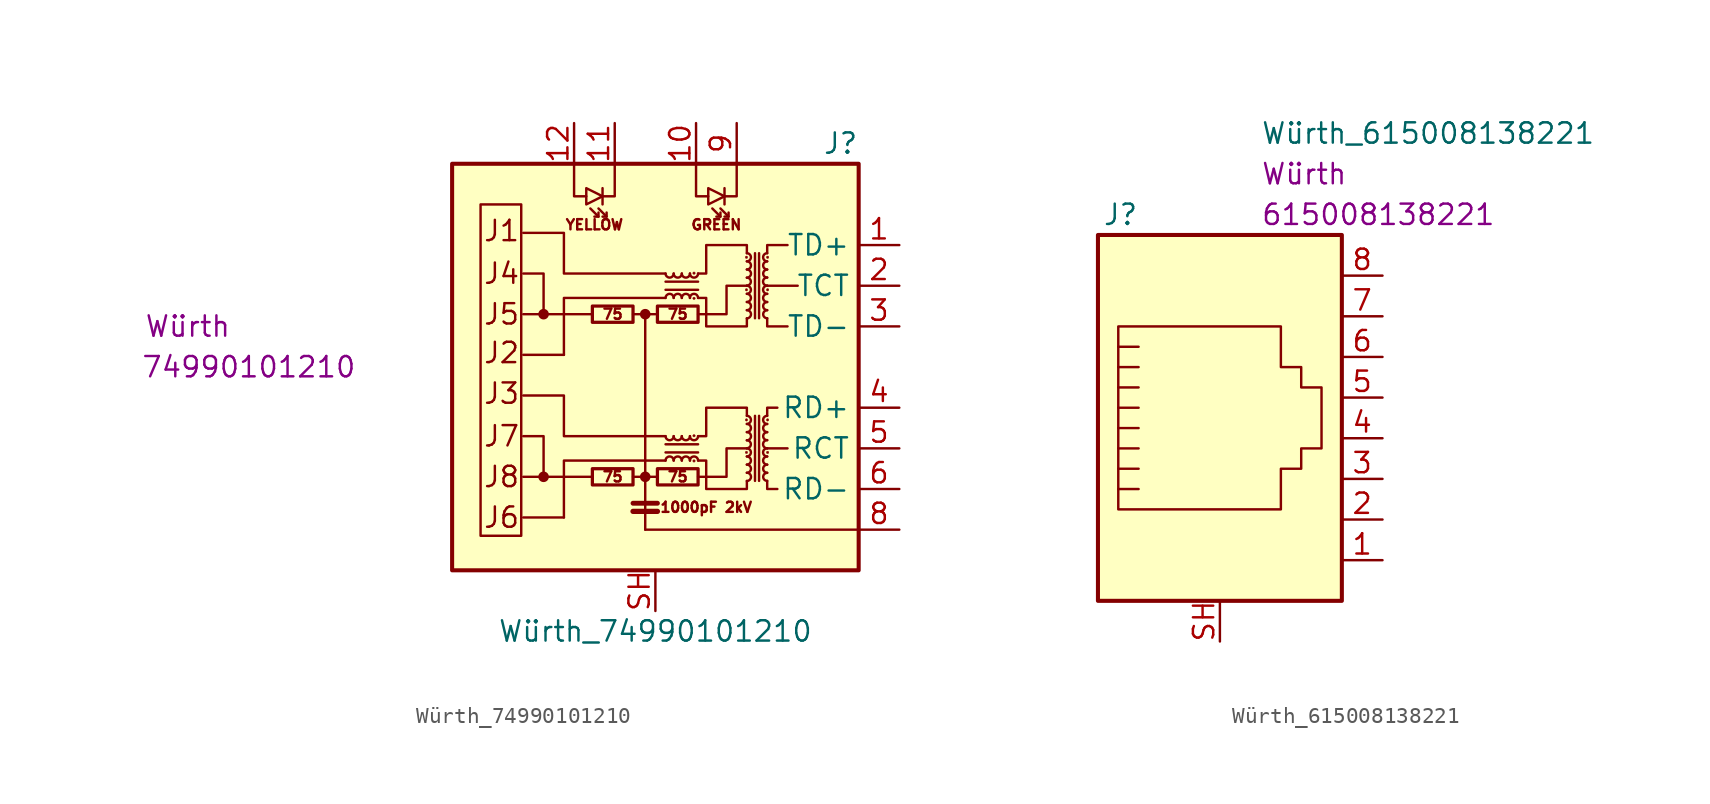
<source format=kicad_sym>
(kicad_symbol_lib
  (version 20211014)
  (generator kicad_symbol_editor)
  (symbol "Würth_74990101210"
    (property "Reference" "J"
      (at 12.7 13.97 0)
      (effects (font (size 1.27 1.27)) (justify right)))
    (property "Value" "Würth_74990101210"
      (at 0 -16.51 0)
      (effects (font (size 1.27 1.27))))
    (property "Manufacturer" "Würth"
      (at -29.21 2.54 0)
      (effects (font (size 1.27 1.27))))
    (property "Manufacturer Part Number" "74990101210"
      (at -25.4 0 0)
      (effects (font (size 1.27 1.27))))
    (symbol "Würth_74990101210_0_0"
      (rectangle (start -12.7 12.7) (end 12.7 -12.7) (stroke (width 0.254) (type default) (color 0 0 0 0)) (fill (type background)))
      (polyline (pts (xy -3.937 -6.858) (xy -8.255 -6.858)) (stroke (width 0) (type default) (color 0 0 0 0)) (fill (type none)))
      (polyline (pts (xy -3.937 3.302) (xy -8.255 3.302)) (stroke (width 0) (type default) (color 0 0 0 0)) (fill (type none)))
      (polyline (pts (xy -0.635 -10.16) (xy 12.7 -10.16)) (stroke (width 0) (type default) (color 0 0 0 0)) (fill (type none)))
      (polyline (pts (xy 8.255 -5.08) (xy 6.985 -5.08)) (stroke (width 0) (type default) (color 0 0 0 0)) (fill (type none)))
      (polyline (pts (xy 8.89 5.08) (xy 6.985 5.08)) (stroke (width 0) (type default) (color 0 0 0 0)) (fill (type none)))
      (polyline (pts (xy 0.635 -4.318) (xy -5.715 -4.318) (xy -5.715 -1.778) (xy -8.255 -1.778)) (stroke (width 0) (type default) (color 0 0 0 0)) (fill (type none)))
      (polyline (pts (xy 0.635 5.842) (xy -5.715 5.842) (xy -5.715 8.382) (xy -8.255 8.382)) (stroke (width 0) (type default) (color 0 0 0 0)) (fill (type none)))
      (polyline (pts (xy 2.667 -6.858) (xy 4.445 -6.858) (xy 4.445 -5.08) (xy 5.715 -5.08)) (stroke (width 0) (type default) (color 0 0 0 0)) (fill (type none)))
      (polyline (pts (xy 2.667 3.302) (xy 4.445 3.302) (xy 4.445 5.08) (xy 5.715 5.08)) (stroke (width 0) (type default) (color 0 0 0 0)) (fill (type none)))
      (text "1000pF 2kV" (at 3.175 -8.763 0) (effects (font (size 0.635 0.635))))
      (text "75" (at -2.667 -6.858 0) (effects (font (size 0.635 0.635))))
      (text "75" (at -2.667 3.302 0) (effects (font (size 0.635 0.635))))
      (text "75" (at 1.397 -6.858 0) (effects (font (size 0.635 0.635))))
      (text "75" (at 1.397 3.302 0) (effects (font (size 0.635 0.635))))
      (text "GREEN" (at 3.81 8.89 0) (effects (font (size 0.635 0.635))))
      (text "J1" (at -10.795 8.509 0) (effects (font (size 1.27 1.27)) (justify left)))
      (text "J2" (at -10.795 0.889 0) (effects (font (size 1.27 1.27)) (justify left)))
      (text "J3" (at -10.795 -1.651 0) (effects (font (size 1.27 1.27)) (justify left)))
      (text "J4" (at -10.795 5.842 0) (effects (font (size 1.27 1.27)) (justify left)))
      (text "J5" (at -10.795 3.302 0) (effects (font (size 1.27 1.27)) (justify left)))
      (text "J6" (at -10.795 -9.398 0) (effects (font (size 1.27 1.27)) (justify left)))
      (text "J7" (at -10.795 -4.318 0) (effects (font (size 1.27 1.27)) (justify left)))
      (text "J8" (at -10.795 -6.858 0) (effects (font (size 1.27 1.27)) (justify left)))
      (text "YELLOW" (at -3.81 8.89 0) (effects (font (size 0.635 0.635)))))
    (symbol "Würth_74990101210_0_1"
      (rectangle (start -8.382 -10.541) (end -10.922 10.16) (stroke (width 0) (type default) (color 0 0 0 0)) (fill (type none)))
      (circle (center -6.985 -6.858) (radius 0.254) (stroke (width 0) (type default) (color 0 0 0 0)) (fill (type outline)))
      (circle (center -6.985 3.302) (radius 0.254) (stroke (width 0) (type default) (color 0 0 0 0)) (fill (type outline)))
      (rectangle (start -3.937 -7.366) (end -1.397 -6.35) (stroke (width 0.203) (type default) (color 0 0 0 0)) (fill (type none)))
      (rectangle (start -3.937 2.794) (end -1.397 3.81) (stroke (width 0.203) (type default) (color 0 0 0 0)) (fill (type none)))
      (circle (center -0.635 -6.858) (radius 0.254) (stroke (width 0) (type default) (color 0 0 0 0)) (fill (type outline)))
      (circle (center -0.635 3.302) (radius 0.254) (stroke (width 0) (type default) (color 0 0 0 0)) (fill (type outline)))
      (polyline (pts (xy -5.715 -9.398) (xy -8.255 -9.398)) (stroke (width 0) (type default) (color 0 0 0 0)) (fill (type none)))
      (polyline (pts (xy -5.715 0.762) (xy -8.255 0.762)) (stroke (width 0) (type default) (color 0 0 0 0)) (fill (type none)))
      (polyline (pts (xy -3.556 9.398) (xy -4.064 9.906)) (stroke (width 0) (type default) (color 0 0 0 0)) (fill (type none)))
      (polyline (pts (xy -3.302 11.176) (xy -3.302 10.16)) (stroke (width 0) (type default) (color 0 0 0 0)) (fill (type none)))
      (polyline (pts (xy -3.048 9.398) (xy -3.556 9.906)) (stroke (width 0) (type default) (color 0 0 0 0)) (fill (type none)))
      (polyline (pts (xy -1.397 -9.017) (xy 0.127 -9.017)) (stroke (width 0.33) (type default) (color 0 0 0 0)) (fill (type none)))
      (polyline (pts (xy -1.397 -8.509) (xy 0.127 -8.509)) (stroke (width 0.305) (type default) (color 0 0 0 0)) (fill (type none)))
      (polyline (pts (xy -0.635 3.302) (xy -1.397 3.302)) (stroke (width 0) (type default) (color 0 0 0 0)) (fill (type none)))
      (polyline (pts (xy 0.127 -6.858) (xy -1.397 -6.858)) (stroke (width 0) (type default) (color 0 0 0 0)) (fill (type none)))
      (polyline (pts (xy 0.635 -5.334) (xy 2.667 -5.334)) (stroke (width 0) (type default) (color 0 0 0 0)) (fill (type none)))
      (polyline (pts (xy 0.635 4.826) (xy 2.667 4.826)) (stroke (width 0) (type default) (color 0 0 0 0)) (fill (type none)))
      (polyline (pts (xy 2.667 -4.826) (xy 0.635 -4.826)) (stroke (width 0) (type default) (color 0 0 0 0)) (fill (type none)))
      (polyline (pts (xy 2.667 5.334) (xy 0.635 5.334)) (stroke (width 0) (type default) (color 0 0 0 0)) (fill (type none)))
      (polyline (pts (xy 4.064 9.398) (xy 3.556 9.906)) (stroke (width 0) (type default) (color 0 0 0 0)) (fill (type none)))
      (polyline (pts (xy 4.318 11.176) (xy 4.318 10.16)) (stroke (width 0) (type default) (color 0 0 0 0)) (fill (type none)))
      (polyline (pts (xy 4.572 9.398) (xy 4.064 9.906)) (stroke (width 0) (type default) (color 0 0 0 0)) (fill (type none)))
      (polyline (pts (xy 6.223 -3.048) (xy 6.223 -7.112)) (stroke (width 0) (type default) (color 0 0 0 0)) (fill (type none)))
      (polyline (pts (xy 6.223 7.112) (xy 6.223 3.048)) (stroke (width 0) (type default) (color 0 0 0 0)) (fill (type none)))
      (polyline (pts (xy 6.477 -7.112) (xy 6.477 -3.048)) (stroke (width 0) (type default) (color 0 0 0 0)) (fill (type none)))
      (polyline (pts (xy 6.477 3.048) (xy 6.477 7.112)) (stroke (width 0) (type default) (color 0 0 0 0)) (fill (type none)))
      (polyline (pts (xy -6.985 -6.858) (xy -6.985 -4.318) (xy -8.255 -4.318)) (stroke (width 0) (type default) (color 0 0 0 0)) (fill (type none)))
      (polyline (pts (xy -6.985 3.302) (xy -6.985 5.842) (xy -8.255 5.842)) (stroke (width 0) (type default) (color 0 0 0 0)) (fill (type none)))
      (polyline (pts (xy -5.08 12.7) (xy -5.08 10.668) (xy -4.318 10.668)) (stroke (width 0) (type default) (color 0 0 0 0)) (fill (type none)))
      (polyline (pts (xy -3.556 9.652) (xy -3.556 9.398) (xy -3.81 9.398)) (stroke (width 0) (type default) (color 0 0 0 0)) (fill (type none)))
      (polyline (pts (xy -3.048 9.652) (xy -3.048 9.398) (xy -3.302 9.398)) (stroke (width 0) (type default) (color 0 0 0 0)) (fill (type none)))
      (polyline (pts (xy -2.54 12.7) (xy -2.54 10.668) (xy -3.302 10.668)) (stroke (width 0) (type default) (color 0 0 0 0)) (fill (type none)))
      (polyline (pts (xy -0.635 -10.16) (xy -0.635 3.302) (xy 0 3.302)) (stroke (width 0) (type default) (color 0 0 0 0)) (fill (type none)))
      (polyline (pts (xy 0.635 -5.842) (xy -5.715 -5.842) (xy -5.715 -9.398)) (stroke (width 0) (type default) (color 0 0 0 0)) (fill (type none)))
      (polyline (pts (xy 0.635 4.318) (xy -5.715 4.318) (xy -5.715 0.762)) (stroke (width 0) (type default) (color 0 0 0 0)) (fill (type none)))
      (polyline (pts (xy 2.54 12.7) (xy 2.54 10.668) (xy 3.302 10.668)) (stroke (width 0) (type default) (color 0 0 0 0)) (fill (type none)))
      (polyline (pts (xy 4.064 9.652) (xy 4.064 9.398) (xy 3.81 9.398)) (stroke (width 0) (type default) (color 0 0 0 0)) (fill (type none)))
      (polyline (pts (xy 4.572 9.652) (xy 4.572 9.398) (xy 4.318 9.398)) (stroke (width 0) (type default) (color 0 0 0 0)) (fill (type none)))
      (polyline (pts (xy 5.08 12.7) (xy 5.08 10.668) (xy 4.318 10.668)) (stroke (width 0) (type default) (color 0 0 0 0)) (fill (type none)))
      (polyline (pts (xy 6.985 -7.112) (xy 6.985 -7.62) (xy 7.62 -7.62)) (stroke (width 0) (type default) (color 0 0 0 0)) (fill (type none)))
      (polyline (pts (xy 6.985 -3.048) (xy 6.985 -2.54) (xy 7.62 -2.54)) (stroke (width 0) (type default) (color 0 0 0 0)) (fill (type none)))
      (polyline (pts (xy 6.985 3.048) (xy 6.985 2.54) (xy 8.255 2.54)) (stroke (width 0) (type default) (color 0 0 0 0)) (fill (type none)))
      (polyline (pts (xy 6.985 7.112) (xy 6.985 7.62) (xy 8.255 7.62)) (stroke (width 0) (type default) (color 0 0 0 0)) (fill (type none)))
      (polyline (pts (xy -3.302 10.668) (xy -4.318 11.176) (xy -4.318 10.16) (xy -3.302 10.668)) (stroke (width 0) (type default) (color 0 0 0 0)) (fill (type none)))
      (polyline (pts (xy 4.318 10.668) (xy 3.302 11.176) (xy 3.302 10.16) (xy 4.318 10.668)) (stroke (width 0) (type default) (color 0 0 0 0)) (fill (type none)))
      (polyline (pts (xy 2.667 -4.318) (xy 3.175 -4.318) (xy 3.175 -2.54) (xy 5.715 -2.54) (xy 5.715 -3.048)) (stroke (width 0) (type default) (color 0 0 0 0)) (fill (type none)))
      (polyline (pts (xy 2.667 5.842) (xy 3.175 5.842) (xy 3.175 7.62) (xy 5.715 7.62) (xy 5.715 7.112)) (stroke (width 0) (type default) (color 0 0 0 0)) (fill (type none)))
      (polyline (pts (xy 5.715 -7.112) (xy 5.715 -7.62) (xy 3.175 -7.62) (xy 3.175 -5.842) (xy 2.667 -5.842)) (stroke (width 0) (type default) (color 0 0 0 0)) (fill (type none)))
      (polyline (pts (xy 5.715 3.048) (xy 5.715 2.54) (xy 3.175 2.54) (xy 3.175 4.318) (xy 2.667 4.318)) (stroke (width 0) (type default) (color 0 0 0 0)) (fill (type none)))
      (rectangle (start 0.127 -7.366) (end 2.667 -6.35) (stroke (width 0.203) (type default) (color 0 0 0 0)) (fill (type none)))
      (rectangle (start 0.127 2.794) (end 2.667 3.81) (stroke (width 0.203) (type default) (color 0 0 0 0)) (fill (type none)))
      (arc (start 0.635 -4.318) (mid 0.889 -4.572) (end 1.143 -4.318) (stroke (width 0) (type default) (color 0 0 0 0)) (fill (type none)))
      (arc (start 0.635 5.842) (mid 0.889 5.588) (end 1.143 5.842) (stroke (width 0) (type default) (color 0 0 0 0)) (fill (type none)))
      (arc (start 1.143 -5.842) (mid 0.889 -5.588) (end 0.635 -5.842) (stroke (width 0) (type default) (color 0 0 0 0)) (fill (type none)))
      (arc (start 1.143 -4.318) (mid 1.397 -4.572) (end 1.651 -4.318) (stroke (width 0) (type default) (color 0 0 0 0)) (fill (type none)))
      (arc (start 1.143 4.318) (mid 0.889 4.572) (end 0.635 4.318) (stroke (width 0) (type default) (color 0 0 0 0)) (fill (type none)))
      (arc (start 1.143 5.842) (mid 1.397 5.588) (end 1.651 5.842) (stroke (width 0) (type default) (color 0 0 0 0)) (fill (type none)))
      (arc (start 1.651 -5.842) (mid 1.397 -5.588) (end 1.143 -5.842) (stroke (width 0) (type default) (color 0 0 0 0)) (fill (type none)))
      (arc (start 1.651 -4.318) (mid 1.905 -4.572) (end 2.159 -4.318) (stroke (width 0) (type default) (color 0 0 0 0)) (fill (type none)))
      (arc (start 1.651 4.318) (mid 1.397 4.572) (end 1.143 4.318) (stroke (width 0) (type default) (color 0 0 0 0)) (fill (type none)))
      (arc (start 1.651 5.842) (mid 1.905 5.588) (end 2.159 5.842) (stroke (width 0) (type default) (color 0 0 0 0)) (fill (type none)))
      (arc (start 2.159 -5.842) (mid 1.905 -5.588) (end 1.651 -5.842) (stroke (width 0) (type default) (color 0 0 0 0)) (fill (type none)))
      (arc (start 2.159 -4.318) (mid 2.413 -4.572) (end 2.667 -4.318) (stroke (width 0) (type default) (color 0 0 0 0)) (fill (type none)))
      (arc (start 2.159 4.318) (mid 1.905 4.572) (end 1.651 4.318) (stroke (width 0) (type default) (color 0 0 0 0)) (fill (type none)))
      (arc (start 2.159 5.842) (mid 2.413 5.588) (end 2.667 5.842) (stroke (width 0) (type default) (color 0 0 0 0)) (fill (type none)))
      (circle (center 2.413 -5.867) (radius 0.076) (stroke (width 0.025) (type default) (color 0 0 0 0)) (fill (type outline)))
      (circle (center 2.413 -4.293) (radius 0.076) (stroke (width 0.025) (type default) (color 0 0 0 0)) (fill (type outline)))
      (circle (center 2.413 4.293) (radius 0.076) (stroke (width 0.025) (type default) (color 0 0 0 0)) (fill (type outline)))
      (circle (center 2.413 5.867) (radius 0.076) (stroke (width 0.025) (type default) (color 0 0 0 0)) (fill (type outline)))
      (arc (start 2.667 -5.842) (mid 2.413 -5.588) (end 2.159 -5.842) (stroke (width 0) (type default) (color 0 0 0 0)) (fill (type none)))
      (arc (start 2.667 4.318) (mid 2.413 4.572) (end 2.159 4.318) (stroke (width 0) (type default) (color 0 0 0 0)) (fill (type none)))
      (circle (center 5.69 -5.334) (radius 0.076) (stroke (width 0.025) (type default) (color 0 0 0 0)) (fill (type outline)))
      (circle (center 5.69 -3.302) (radius 0.076) (stroke (width 0.025) (type default) (color 0 0 0 0)) (fill (type outline)))
      (circle (center 5.69 4.826) (radius 0.076) (stroke (width 0.025) (type default) (color 0 0 0 0)) (fill (type outline)))
      (circle (center 5.69 6.858) (radius 0.076) (stroke (width 0.025) (type default) (color 0 0 0 0)) (fill (type outline)))
      (arc (start 5.715 -7.112) (mid 5.969 -6.858) (end 5.715 -6.604) (stroke (width 0) (type default) (color 0 0 0 0)) (fill (type none)))
      (arc (start 5.715 -6.604) (mid 5.969 -6.35) (end 5.715 -6.096) (stroke (width 0) (type default) (color 0 0 0 0)) (fill (type none)))
      (arc (start 5.715 -6.096) (mid 5.969 -5.842) (end 5.715 -5.588) (stroke (width 0) (type default) (color 0 0 0 0)) (fill (type none)))
      (arc (start 5.715 -5.588) (mid 5.969 -5.334) (end 5.715 -5.08) (stroke (width 0) (type default) (color 0 0 0 0)) (fill (type none)))
      (arc (start 5.715 -5.08) (mid 5.969 -4.826) (end 5.715 -4.572) (stroke (width 0) (type default) (color 0 0 0 0)) (fill (type none)))
      (arc (start 5.715 -4.572) (mid 5.969 -4.318) (end 5.715 -4.064) (stroke (width 0) (type default) (color 0 0 0 0)) (fill (type none)))
      (arc (start 5.715 -4.064) (mid 5.969 -3.81) (end 5.715 -3.556) (stroke (width 0) (type default) (color 0 0 0 0)) (fill (type none)))
      (arc (start 5.715 -3.556) (mid 5.969 -3.302) (end 5.715 -3.048) (stroke (width 0) (type default) (color 0 0 0 0)) (fill (type none)))
      (arc (start 5.715 3.048) (mid 5.969 3.302) (end 5.715 3.556) (stroke (width 0) (type default) (color 0 0 0 0)) (fill (type none)))
      (arc (start 5.715 3.556) (mid 5.969 3.81) (end 5.715 4.064) (stroke (width 0) (type default) (color 0 0 0 0)) (fill (type none)))
      (arc (start 5.715 4.064) (mid 5.969 4.318) (end 5.715 4.572) (stroke (width 0) (type default) (color 0 0 0 0)) (fill (type none)))
      (arc (start 5.715 4.572) (mid 5.969 4.826) (end 5.715 5.08) (stroke (width 0) (type default) (color 0 0 0 0)) (fill (type none)))
      (arc (start 5.715 5.08) (mid 5.969 5.334) (end 5.715 5.588) (stroke (width 0) (type default) (color 0 0 0 0)) (fill (type none)))
      (arc (start 5.715 5.588) (mid 5.969 5.842) (end 5.715 6.096) (stroke (width 0) (type default) (color 0 0 0 0)) (fill (type none)))
      (arc (start 5.715 6.096) (mid 5.969 6.35) (end 5.715 6.604) (stroke (width 0) (type default) (color 0 0 0 0)) (fill (type none)))
      (arc (start 5.715 6.604) (mid 5.969 6.858) (end 5.715 7.112) (stroke (width 0) (type default) (color 0 0 0 0)) (fill (type none)))
      (arc (start 6.985 -6.604) (mid 6.731 -6.858) (end 6.985 -7.112) (stroke (width 0) (type default) (color 0 0 0 0)) (fill (type none)))
      (arc (start 6.985 -6.096) (mid 6.731 -6.35) (end 6.985 -6.604) (stroke (width 0) (type default) (color 0 0 0 0)) (fill (type none)))
      (arc (start 6.985 -5.588) (mid 6.731 -5.842) (end 6.985 -6.096) (stroke (width 0) (type default) (color 0 0 0 0)) (fill (type none)))
      (arc (start 6.985 -5.08) (mid 6.731 -5.334) (end 6.985 -5.588) (stroke (width 0) (type default) (color 0 0 0 0)) (fill (type none)))
      (arc (start 6.985 -4.572) (mid 6.731 -4.826) (end 6.985 -5.08) (stroke (width 0) (type default) (color 0 0 0 0)) (fill (type none)))
      (arc (start 6.985 -4.064) (mid 6.731 -4.318) (end 6.985 -4.572) (stroke (width 0) (type default) (color 0 0 0 0)) (fill (type none)))
      (arc (start 6.985 -3.556) (mid 6.731 -3.81) (end 6.985 -4.064) (stroke (width 0) (type default) (color 0 0 0 0)) (fill (type none)))
      (arc (start 6.985 -3.048) (mid 6.731 -3.302) (end 6.985 -3.556) (stroke (width 0) (type default) (color 0 0 0 0)) (fill (type none)))
      (arc (start 6.985 3.556) (mid 6.731 3.302) (end 6.985 3.048) (stroke (width 0) (type default) (color 0 0 0 0)) (fill (type none)))
      (arc (start 6.985 4.064) (mid 6.731 3.81) (end 6.985 3.556) (stroke (width 0) (type default) (color 0 0 0 0)) (fill (type none)))
      (arc (start 6.985 4.572) (mid 6.731 4.318) (end 6.985 4.064) (stroke (width 0) (type default) (color 0 0 0 0)) (fill (type none)))
      (arc (start 6.985 5.08) (mid 6.731 4.826) (end 6.985 4.572) (stroke (width 0) (type default) (color 0 0 0 0)) (fill (type none)))
      (arc (start 6.985 5.588) (mid 6.731 5.334) (end 6.985 5.08) (stroke (width 0) (type default) (color 0 0 0 0)) (fill (type none)))
      (arc (start 6.985 6.096) (mid 6.731 5.842) (end 6.985 5.588) (stroke (width 0) (type default) (color 0 0 0 0)) (fill (type none)))
      (arc (start 6.985 6.604) (mid 6.731 6.35) (end 6.985 6.096) (stroke (width 0) (type default) (color 0 0 0 0)) (fill (type none)))
      (arc (start 6.985 7.112) (mid 6.731 6.858) (end 6.985 6.604) (stroke (width 0) (type default) (color 0 0 0 0)) (fill (type none)))
      (circle (center 7.01 -5.334) (radius 0.076) (stroke (width 0.025) (type default) (color 0 0 0 0)) (fill (type outline)))
      (circle (center 7.01 -3.302) (radius 0.076) (stroke (width 0.025) (type default) (color 0 0 0 0)) (fill (type outline)))
      (circle (center 7.01 4.826) (radius 0.076) (stroke (width 0.025) (type default) (color 0 0 0 0)) (fill (type outline)))
      (circle (center 7.01 6.858) (radius 0.076) (stroke (width 0.025) (type default) (color 0 0 0 0)) (fill (type outline))))
    (symbol "Würth_74990101210_1_1"
      (pin passive line (at 15.24 7.62 180) (length 2.54) (name "TD+" (effects (font (size 1.27 1.27)))) (number "1" (effects (font (size 1.27 1.27)))))
      (pin passive line (at 2.54 15.24 270) (length 2.54) (name "~" (effects (font (size 1.27 1.27)))) (number "10" (effects (font (size 1.27 1.27)))))
      (pin passive line (at -2.54 15.24 270) (length 2.54) (name "~" (effects (font (size 1.27 1.27)))) (number "11" (effects (font (size 1.27 1.27)))))
      (pin passive line (at -5.08 15.24 270) (length 2.54) (name "~" (effects (font (size 1.27 1.27)))) (number "12" (effects (font (size 1.27 1.27)))))
      (pin passive line (at 15.24 5.08 180) (length 2.54) (name "TCT" (effects (font (size 1.27 1.27)))) (number "2" (effects (font (size 1.27 1.27)))))
      (pin passive line (at 15.24 2.54 180) (length 2.54) (name "TD-" (effects (font (size 1.27 1.27)))) (number "3" (effects (font (size 1.27 1.27)))))
      (pin passive line (at 15.24 -2.54 180) (length 2.54) (name "RD+" (effects (font (size 1.27 1.27)))) (number "4" (effects (font (size 1.27 1.27)))))
      (pin passive line (at 15.24 -5.08 180) (length 2.54) (name "RCT" (effects (font (size 1.27 1.27)))) (number "5" (effects (font (size 1.27 1.27)))))
      (pin passive line (at 15.24 -7.62 180) (length 2.54) (name "RD-" (effects (font (size 1.27 1.27)))) (number "6" (effects (font (size 1.27 1.27)))))
      (pin passive line (at 15.24 -10.16 180) (length 2.54) (name "~" (effects (font (size 1.27 1.27)))) (number "8" (effects (font (size 1.27 1.27)))))
      (pin passive line (at 5.08 15.24 270) (length 2.54) (name "~" (effects (font (size 1.27 1.27)))) (number "9" (effects (font (size 1.27 1.27)))))
      (pin passive line (at 0 -15.24 90) (length 2.54) (name "~" (effects (font (size 1.27 1.27)))) (number "SH" (effects (font (size 1.27 1.27)))))))
  (symbol "Würth_615008138221"
    (pin_names
      (offset 1.016))
    (property "Reference" "J"
      (at -5.08 13.97 0)
      (effects (font (size 1.27 1.27)) (justify right)))
    (property "Value" "Würth_615008138221"
      (at 2.54 19.05 0)
      (effects (font (size 1.27 1.27)) (justify left)))
    (property "Manufacturer" "Würth"
      (at 2.54 16.51 0)
      (effects (font (size 1.27 1.27)) (justify left)))
    (property "Manufacturer Part Number" "615008138221"
      (at 2.54 13.97 0)
      (effects (font (size 1.27 1.27)) (justify left)))
    (symbol "Würth_615008138221_0_1"
      (polyline (pts (xy -5.08 4.445) (xy -6.35 4.445)) (stroke (width 0) (type default) (color 0 0 0 0)) (fill (type none)))
      (polyline (pts (xy -5.08 5.715) (xy -6.35 5.715)) (stroke (width 0) (type default) (color 0 0 0 0)) (fill (type none)))
      (polyline (pts (xy -6.35 -3.175) (xy -5.08 -3.175) (xy -5.08 -3.175)) (stroke (width 0) (type default) (color 0 0 0 0)) (fill (type none)))
      (polyline (pts (xy -6.35 -1.905) (xy -5.08 -1.905) (xy -5.08 -1.905)) (stroke (width 0) (type default) (color 0 0 0 0)) (fill (type none)))
      (polyline (pts (xy -6.35 -0.635) (xy -5.08 -0.635) (xy -5.08 -0.635)) (stroke (width 0) (type default) (color 0 0 0 0)) (fill (type none)))
      (polyline (pts (xy -6.35 0.635) (xy -5.08 0.635) (xy -5.08 0.635)) (stroke (width 0) (type default) (color 0 0 0 0)) (fill (type none)))
      (polyline (pts (xy -6.35 1.905) (xy -5.08 1.905) (xy -5.08 1.905)) (stroke (width 0) (type default) (color 0 0 0 0)) (fill (type none)))
      (polyline (pts (xy -5.08 3.175) (xy -6.35 3.175) (xy -6.35 3.175)) (stroke (width 0) (type default) (color 0 0 0 0)) (fill (type none)))
      (polyline (pts (xy -6.35 -4.445) (xy -6.35 6.985) (xy 3.81 6.985) (xy 3.81 4.445) (xy 5.08 4.445) (xy 5.08 3.175) (xy 6.35 3.175) (xy 6.35 -0.635) (xy 5.08 -0.635) (xy 5.08 -1.905) (xy 3.81 -1.905) (xy 3.81 -4.445) (xy -6.35 -4.445) (xy -6.35 -4.445)) (stroke (width 0) (type default) (color 0 0 0 0)) (fill (type none)))
      (rectangle (start 7.62 12.7) (end -7.62 -10.16) (stroke (width 0.254) (type default) (color 0 0 0 0)) (fill (type background))))
    (symbol "Würth_615008138221_1_1"
      (pin passive line (at 10.16 -7.62 180) (length 2.54) (name "~" (effects (font (size 1.27 1.27)))) (number "1" (effects (font (size 1.27 1.27)))))
      (pin passive line (at 10.16 -5.08 180) (length 2.54) (name "~" (effects (font (size 1.27 1.27)))) (number "2" (effects (font (size 1.27 1.27)))))
      (pin passive line (at 10.16 -2.54 180) (length 2.54) (name "~" (effects (font (size 1.27 1.27)))) (number "3" (effects (font (size 1.27 1.27)))))
      (pin passive line (at 10.16 0 180) (length 2.54) (name "~" (effects (font (size 1.27 1.27)))) (number "4" (effects (font (size 1.27 1.27)))))
      (pin passive line (at 10.16 2.54 180) (length 2.54) (name "~" (effects (font (size 1.27 1.27)))) (number "5" (effects (font (size 1.27 1.27)))))
      (pin passive line (at 10.16 5.08 180) (length 2.54) (name "~" (effects (font (size 1.27 1.27)))) (number "6" (effects (font (size 1.27 1.27)))))
      (pin passive line (at 10.16 7.62 180) (length 2.54) (name "~" (effects (font (size 1.27 1.27)))) (number "7" (effects (font (size 1.27 1.27)))))
      (pin passive line (at 10.16 10.16 180) (length 2.54) (name "~" (effects (font (size 1.27 1.27)))) (number "8" (effects (font (size 1.27 1.27)))))
      (pin passive line (at 0 -12.7 90) (length 2.54) (name "~" (effects (font (size 1.27 1.27)))) (number "SH" (effects (font (size 1.27 1.27))))))))
</source>
